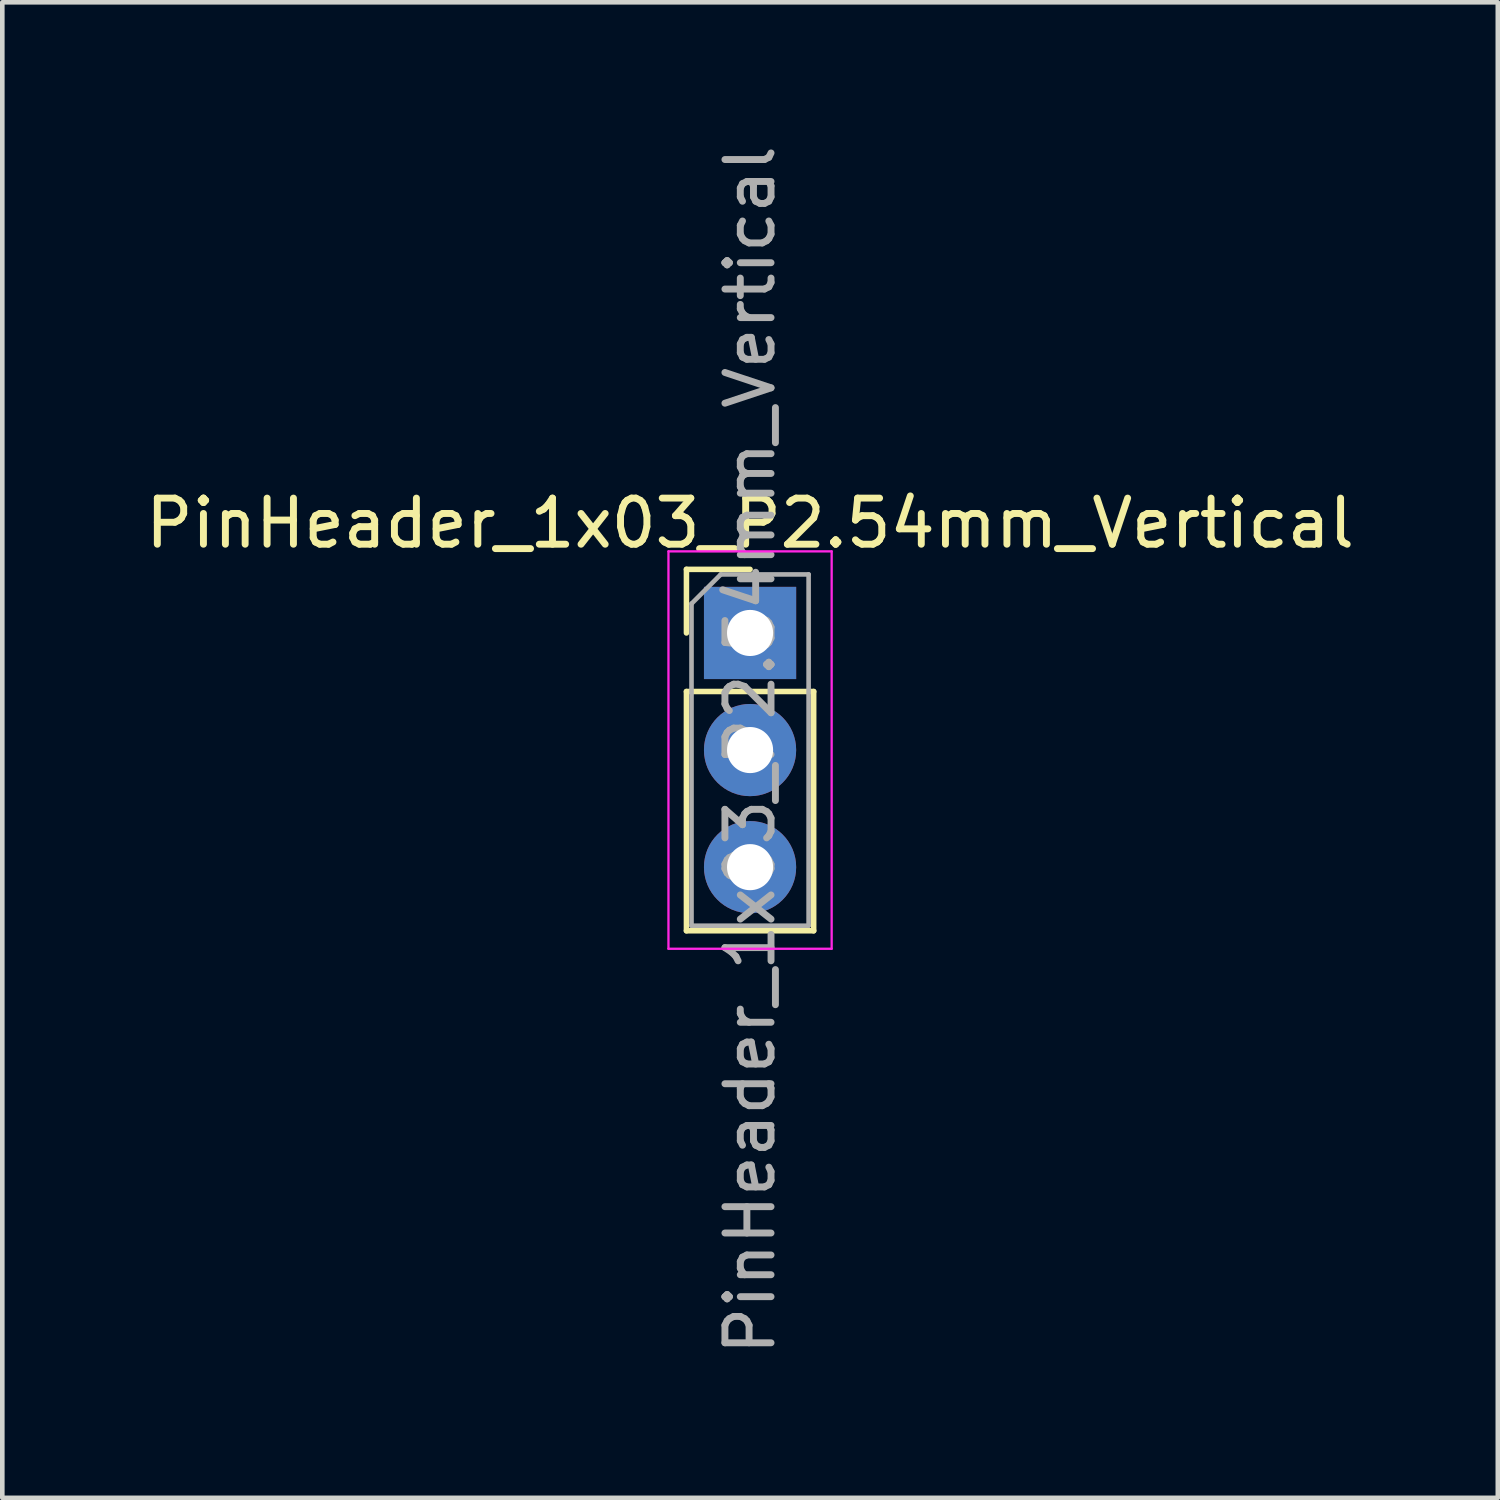
<source format=kicad_pcb>
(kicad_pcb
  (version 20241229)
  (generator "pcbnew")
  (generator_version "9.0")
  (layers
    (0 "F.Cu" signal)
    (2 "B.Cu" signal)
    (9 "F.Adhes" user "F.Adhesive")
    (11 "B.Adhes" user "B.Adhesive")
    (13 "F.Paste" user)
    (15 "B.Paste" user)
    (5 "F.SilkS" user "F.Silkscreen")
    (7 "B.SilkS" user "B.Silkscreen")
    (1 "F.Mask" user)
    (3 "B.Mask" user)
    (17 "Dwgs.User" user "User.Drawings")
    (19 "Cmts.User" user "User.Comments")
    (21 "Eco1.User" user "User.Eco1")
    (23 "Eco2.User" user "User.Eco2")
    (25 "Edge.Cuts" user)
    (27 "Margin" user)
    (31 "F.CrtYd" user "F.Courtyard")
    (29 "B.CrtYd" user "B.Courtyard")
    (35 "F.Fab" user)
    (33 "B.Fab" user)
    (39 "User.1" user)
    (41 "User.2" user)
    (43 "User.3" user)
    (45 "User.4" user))
  (footprint "PinHeader_1x03_P2.54mm_Vertical"
    (layer "F.Cu")
    (at 13.22 10.68)
    (property "Reference" "PinHeader_1x03_P2.54mm_Vertical" (at 0 -2.38 0) (layer "F.SilkS") (effects (font (size 1 1) (thickness 0.15))))
    (attr through_hole)
    (fp_line (start -1.38 -1.38) (end 0 -1.38) (stroke (width 0.12) (type solid)) (layer "F.SilkS"))
    (fp_line (start -1.38 0) (end -1.38 -1.38) (stroke (width 0.12) (type solid)) (layer "F.SilkS"))
    (fp_line (start -1.38 1.27) (end -1.38 6.46) (stroke (width 0.12) (type solid)) (layer "F.SilkS"))
    (fp_line (start -1.38 1.27) (end 1.38 1.27) (stroke (width 0.12) (type solid)) (layer "F.SilkS"))
    (fp_line (start -1.38 6.46) (end 1.38 6.46) (stroke (width 0.12) (type solid)) (layer "F.SilkS"))
    (fp_line (start 1.38 1.27) (end 1.38 6.46) (stroke (width 0.12) (type solid)) (layer "F.SilkS"))
    (fp_line (start -1.77 -1.77) (end -1.77 6.85) (stroke (width 0.05) (type solid)) (layer "F.CrtYd"))
    (fp_line (start -1.77 6.85) (end 1.77 6.85) (stroke (width 0.05) (type solid)) (layer "F.CrtYd"))
    (fp_line (start 1.77 -1.77) (end -1.77 -1.77) (stroke (width 0.05) (type solid)) (layer "F.CrtYd"))
    (fp_line (start 1.77 6.85) (end 1.77 -1.77) (stroke (width 0.05) (type solid)) (layer "F.CrtYd"))
    (fp_line (start -1.27 -0.635) (end -0.635 -1.27) (stroke (width 0.1) (type solid)) (layer "F.Fab"))
    (fp_line (start -1.27 6.35) (end -1.27 -0.635) (stroke (width 0.1) (type solid)) (layer "F.Fab"))
    (fp_line (start -0.635 -1.27) (end 1.27 -1.27) (stroke (width 0.1) (type solid)) (layer "F.Fab"))
    (fp_line (start 1.27 -1.27) (end 1.27 6.35) (stroke (width 0.1) (type solid)) (layer "F.Fab"))
    (fp_line (start 1.27 6.35) (end -1.27 6.35) (stroke (width 0.1) (type solid)) (layer "F.Fab"))
    (fp_text user "${REFERENCE}" (at 0 2.54 90) (layer "F.Fab") (effects (font (size 1 1) (thickness 0.15))))
    (pad "1" thru_hole rect (at 0 0) (size 2 2) (drill 1) (layers "*.Cu" "*.Mask"))
    (pad "2" thru_hole circle (at 0 2.54) (size 2 2) (drill 1) (layers "*.Cu" "*.Mask"))
    (pad "3" thru_hole circle (at 0 5.08) (size 2 2) (drill 1) (layers "*.Cu" "*.Mask")))
  (gr_rect
    (start -3 -3)
    (end 29.44 29.44)
    (stroke (width 0.1) (type default))
    (fill no)
    (layer "Edge.Cuts")))
</source>
